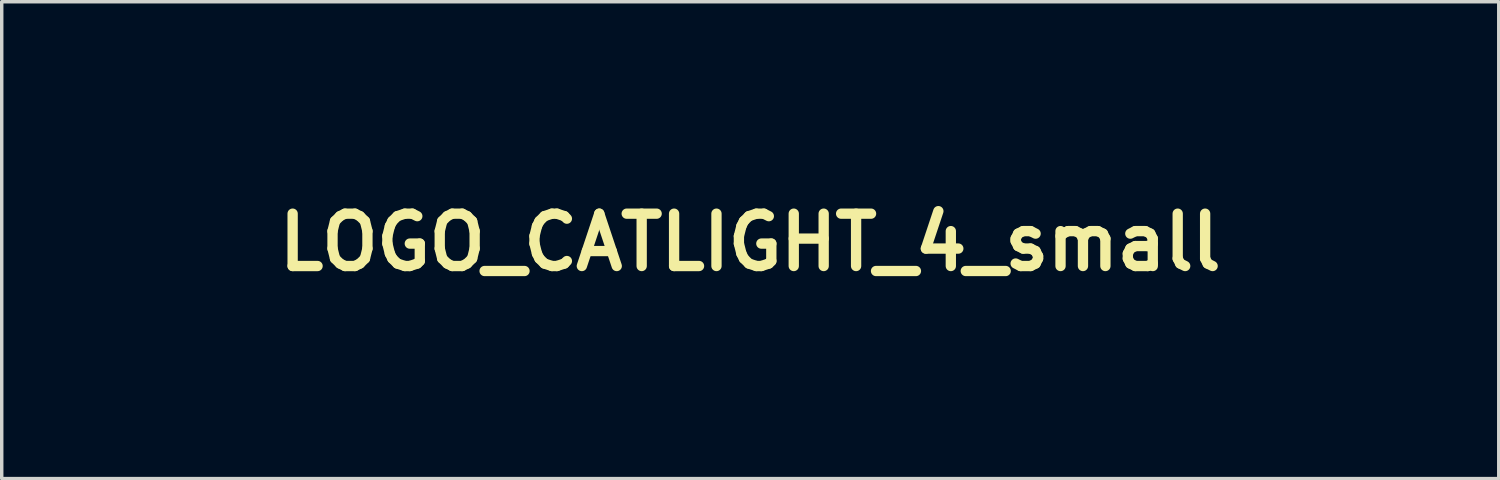
<source format=kicad_pcb>
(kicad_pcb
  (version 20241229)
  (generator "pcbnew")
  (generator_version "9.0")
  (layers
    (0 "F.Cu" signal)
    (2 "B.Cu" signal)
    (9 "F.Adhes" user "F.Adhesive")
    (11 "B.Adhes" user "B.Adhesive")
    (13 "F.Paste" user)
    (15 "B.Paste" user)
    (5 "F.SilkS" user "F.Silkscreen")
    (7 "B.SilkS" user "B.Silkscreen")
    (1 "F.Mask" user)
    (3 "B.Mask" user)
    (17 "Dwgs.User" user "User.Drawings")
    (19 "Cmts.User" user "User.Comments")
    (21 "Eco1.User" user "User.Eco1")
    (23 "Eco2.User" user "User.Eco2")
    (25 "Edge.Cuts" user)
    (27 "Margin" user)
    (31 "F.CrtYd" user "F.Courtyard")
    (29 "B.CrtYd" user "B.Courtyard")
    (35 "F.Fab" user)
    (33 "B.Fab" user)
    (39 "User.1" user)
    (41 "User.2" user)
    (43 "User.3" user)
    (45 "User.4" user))
  (footprint "LOGO_CATLIGHT_4_small"
    (layer "F.Cu")
    (at 18.785 4.004)
    (property "Reference" "LOGO_CATLIGHT_4_small" (at 0 0 0) (layer "F.SilkS") (effects (font (size 1.524 1.524) (thickness 0.3))))
    (attr board_only exclude_from_pos_files exclude_from_bom)
    (fp_poly (pts (xy -9.914 2.733) (xy -10.084 2.733) (xy -10.084 1.441) (xy -9.914 1.441)) (stroke (width 0) (type solid)) (fill yes) (layer "F.Mask"))
    (fp_poly (pts (xy -9.575 2.733) (xy -9.787 2.733) (xy -9.787 1.441) (xy -9.575 1.441)) (stroke (width 0) (type solid)) (fill yes) (layer "F.Mask"))
    (fp_poly (pts (xy -9.025 2.733) (xy -9.448 2.733) (xy -9.448 1.441) (xy -9.025 1.441)) (stroke (width 0) (type solid)) (fill yes) (layer "F.Mask"))
    (fp_poly (pts (xy 7.622 -0.058) (xy 7.616 0.286) (xy 7.462 0.292) (xy 7.309 0.298) (xy 7.309 -0.403) (xy 7.627 -0.403)) (stroke (width 0) (type solid)) (fill yes) (layer "F.Mask"))
    (fp_poly (pts (xy 7.865 -0.631) (xy 8.018 -0.625) (xy 8.024 -0.058) (xy 8.03 0.508) (xy 7.711 0.508) (xy 7.711 -0.637)) (stroke (width 0) (type solid)) (fill yes) (layer "F.Mask"))
    (fp_poly (pts (xy 10.458 3.352) (xy 10.546 3.357) (xy 10.602 3.367) (xy 10.633 3.383) (xy 10.643 3.395) (xy 10.655 3.441) (xy 10.643 3.469) (xy 10.62 3.489) (xy 10.578 3.502) (xy 10.507 3.51) (xy 10.458 3.512) (xy 10.296 3.518) (xy 10.296 3.345)) (stroke (width 0) (type solid)) (fill yes) (layer "F.Mask"))
    (fp_poly (pts (xy 10.536 3.076) (xy 10.595 3.088) (xy 10.622 3.105) (xy 10.65 3.137) (xy 10.651 3.164) (xy 10.634 3.2) (xy 10.616 3.222) (xy 10.585 3.234) (xy 10.532 3.24) (xy 10.454 3.241) (xy 10.296 3.241) (xy 10.296 3.072) (xy 10.442 3.072)) (stroke (width 0) (type solid)) (fill yes) (layer "F.Mask"))
    (fp_poly (pts (xy 11.609 -0.381) (xy 13.897 -0.381) (xy 13.897 -0.678) (xy 14.702 -0.678) (xy 14.702 0.593) (xy 13.897 0.593) (xy 13.897 0.36) (xy 11.609 0.36) (xy 11.609 2.14) (xy 10.804 2.14) (xy 10.809 0.005) (xy 10.815 -2.129) (xy 11.598 -2.129)) (stroke (width 0) (type solid)) (fill yes) (layer "F.Mask"))
    (fp_poly (pts (xy 9.887 -3.547) (xy 9.913 -3.538) (xy 9.971 -3.493) (xy 10.006 -3.417) (xy 10.017 -3.32) (xy 10.013 -3.276) (xy 9.993 -3.199) (xy 9.952 -3.15) (xy 9.885 -3.123) (xy 9.784 -3.114) (xy 9.776 -3.114) (xy 9.7 -3.116) (xy 9.652 -3.125) (xy 9.621 -3.145) (xy 9.598 -3.17) (xy 9.566 -3.237) (xy 9.553 -3.323) (xy 9.558 -3.41) (xy 9.583 -3.481) (xy 9.593 -3.496) (xy 9.643 -3.53) (xy 9.719 -3.551) (xy 9.805 -3.558)) (stroke (width 0) (type solid)) (fill yes) (layer "F.Mask"))
    (fp_poly (pts (xy 12.355 -3.553) (xy 12.429 -3.535) (xy 12.476 -3.5) (xy 12.503 -3.44) (xy 12.516 -3.349) (xy 12.519 -3.275) (xy 12.513 -3.229) (xy 12.494 -3.194) (xy 12.47 -3.169) (xy 12.432 -3.137) (xy 12.389 -3.121) (xy 12.326 -3.115) (xy 12.287 -3.114) (xy 12.209 -3.117) (xy 12.158 -3.128) (xy 12.12 -3.153) (xy 12.106 -3.166) (xy 12.07 -3.215) (xy 12.055 -3.277) (xy 12.054 -3.315) (xy 12.066 -3.423) (xy 12.104 -3.498) (xy 12.17 -3.543) (xy 12.266 -3.559)) (stroke (width 0) (type solid)) (fill yes) (layer "F.Mask"))
    (fp_poly (pts (xy 2.621 -0.419) (xy 2.667 -0.419) (xy 3.116 -0.413) (xy 2.807 0.021) (xy 2.709 0.159) (xy 2.607 0.303) (xy 2.508 0.444) (xy 2.417 0.572) (xy 2.342 0.678) (xy 2.316 0.715) (xy 2.252 0.805) (xy 2.197 0.882) (xy 2.155 0.939) (xy 2.13 0.97) (xy 2.126 0.974) (xy 2.113 0.957) (xy 2.099 0.926) (xy 2.085 0.886) (xy 2.062 0.817) (xy 2.032 0.726) (xy 1.999 0.621) (xy 1.963 0.51) (xy 1.928 0.4) (xy 1.897 0.298) (xy 1.87 0.213) (xy 1.852 0.152) (xy 1.843 0.121) (xy 1.843 0.12) (xy 1.863 0.114) (xy 1.917 0.11) (xy 1.997 0.107) (xy 2.095 0.106) (xy 2.097 0.106) (xy 2.212 0.105) (xy 2.29 0.101) (xy 2.334 0.093) (xy 2.351 0.082) (xy 2.351 0.079) (xy 2.345 0.05) (xy 2.328 -0.011) (xy 2.302 -0.093) (xy 2.275 -0.176) (xy 2.246 -0.268) (xy 2.223 -0.344) (xy 2.21 -0.396) (xy 2.208 -0.415) (xy 2.232 -0.417) (xy 2.291 -0.419) (xy 2.38 -0.42) (xy 2.492 -0.42)) (stroke (width 0) (type solid)) (fill yes) (layer "F.Mask"))
    (fp_poly (pts (xy 9.385 -1.377) (xy 8.363 -1.377) (xy 8.108 -1.376) (xy 7.893 -1.376) (xy 7.711 -1.374) (xy 7.56 -1.371) (xy 7.436 -1.366) (xy 7.333 -1.359) (xy 7.249 -1.35) (xy 7.179 -1.338) (xy 7.12 -1.323) (xy 7.066 -1.305) (xy 7.015 -1.282) (xy 6.963 -1.256) (xy 6.945 -1.247) (xy 6.793 -1.142) (xy 6.666 -1.003) (xy 6.564 -0.833) (xy 6.488 -0.631) (xy 6.467 -0.549) (xy 6.451 -0.447) (xy 6.439 -0.314) (xy 6.432 -0.159) (xy 6.429 0.006) (xy 6.432 0.172) (xy 6.438 0.327) (xy 6.45 0.462) (xy 6.466 0.566) (xy 6.467 0.57) (xy 6.532 0.785) (xy 6.624 0.966) (xy 6.742 1.115) (xy 6.886 1.232) (xy 6.976 1.282) (xy 7.048 1.315) (xy 7.12 1.341) (xy 7.197 1.361) (xy 7.285 1.376) (xy 7.389 1.387) (xy 7.515 1.393) (xy 7.669 1.396) (xy 7.856 1.395) (xy 7.99 1.394) (xy 8.573 1.388) (xy 8.676 1.323) (xy 8.75 1.268) (xy 8.807 1.2) (xy 8.844 1.134) (xy 8.875 1.07) (xy 8.894 1.015) (xy 8.904 0.955) (xy 8.907 0.876) (xy 8.908 0.807) (xy 8.906 0.703) (xy 8.9 0.629) (xy 8.886 0.573) (xy 8.864 0.522) (xy 8.862 0.517) (xy 8.824 0.46) (xy 8.774 0.4) (xy 8.72 0.346) (xy 8.672 0.308) (xy 8.644 0.297) (xy 8.609 0.29) (xy 8.592 0.284) (xy 8.578 0.283) (xy 8.569 0.297) (xy 8.563 0.332) (xy 8.56 0.395) (xy 8.559 0.491) (xy 8.558 0.538) (xy 8.558 0.805) (xy 8.114 0.805) (xy 8.114 -0.89) (xy 8.558 -0.89) (xy 8.558 -0.407) (xy 8.68 -0.392) (xy 8.891 -0.348) (xy 9.077 -0.269) (xy 9.237 -0.159) (xy 9.371 -0.018) (xy 9.477 0.151) (xy 9.553 0.347) (xy 9.599 0.567) (xy 9.612 0.811) (xy 9.609 0.9) (xy 9.585 1.133) (xy 9.541 1.334) (xy 9.472 1.509) (xy 9.378 1.665) (xy 9.256 1.806) (xy 9.089 1.945) (xy 8.901 2.049) (xy 8.689 2.118) (xy 8.635 2.129) (xy 8.564 2.138) (xy 8.458 2.146) (xy 8.325 2.152) (xy 8.172 2.156) (xy 8.008 2.158) (xy 7.839 2.159) (xy 7.674 2.158) (xy 7.52 2.155) (xy 7.385 2.151) (xy 7.276 2.144) (xy 7.213 2.137) (xy 6.933 2.079) (xy 6.678 1.988) (xy 6.45 1.866) (xy 6.25 1.713) (xy 6.079 1.53) (xy 5.938 1.318) (xy 5.881 1.204) (xy 5.809 1.032) (xy 5.755 0.859) (xy 5.715 0.678) (xy 5.688 0.479) (xy 5.673 0.254) (xy 5.669 0.011) (xy 5.674 -0.259) (xy 5.693 -0.495) (xy 5.724 -0.706) (xy 5.772 -0.898) (xy 5.835 -1.079) (xy 5.91 -1.243) (xy 6.043 -1.463) (xy 6.206 -1.653) (xy 6.398 -1.813) (xy 6.619 -1.941) (xy 6.843 -2.03) (xy 6.919 -2.054) (xy 6.993 -2.074) (xy 7.068 -2.091) (xy 7.148 -2.105) (xy 7.239 -2.116) (xy 7.343 -2.124) (xy 7.467 -2.13) (xy 7.613 -2.135) (xy 7.787 -2.137) (xy 7.992 -2.139) (xy 8.233 -2.14) (xy 8.371 -2.14) (xy 9.385 -2.14)) (stroke (width 0) (type solid)) (fill yes) (layer "F.Mask"))
    (fp_poly (pts (xy 18.79 -2.627) (xy 16.672 -2.627) (xy 16.672 -1.229) (xy 14.702 -1.229) (xy 14.702 -0.974) (xy 13.897 -0.974) (xy 13.897 -2.141) (xy 14.294 -2.135) (xy 14.691 -2.129) (xy 14.704 -1.822) (xy 15.655 -1.822) (xy 15.655 -2.627) (xy 3.961 -2.627) (xy 3.961 -1.165) (xy 4.682 -1.165) (xy 4.682 -0.572) (xy 3.727 -0.572) (xy 4.258 0.217) (xy 4.789 1.006) (xy 3.94 1.018) (xy 3.94 2.733) (xy 15.698 2.733) (xy 15.698 1.758) (xy 14.702 1.758) (xy 14.702 2.14) (xy 13.897 2.14) (xy 13.897 0.889) (xy 14.294 0.895) (xy 14.691 0.9) (xy 14.704 1.165) (xy 16.037 1.165) (xy 16.037 0.275) (xy 15.543 0.275) (xy 15.326 0.433) (xy 15.243 0.491) (xy 15.172 0.538) (xy 15.122 0.568) (xy 15.097 0.578) (xy 15.096 0.578) (xy 15.091 0.553) (xy 15.088 0.492) (xy 15.085 0.404) (xy 15.083 0.292) (xy 15.082 0.165) (xy 15.083 0.029) (xy 15.084 -0.111) (xy 15.085 -0.248) (xy 15.088 -0.374) (xy 15.091 -0.485) (xy 15.095 -0.573) (xy 15.099 -0.633) (xy 15.104 -0.657) (xy 15.105 -0.657) (xy 15.129 -0.645) (xy 15.18 -0.613) (xy 15.25 -0.565) (xy 15.33 -0.508) (xy 15.534 -0.36) (xy 16.651 -0.36) (xy 16.651 3.877) (xy 9.146 3.87) (xy 8.432 3.869) (xy 7.76 3.869) (xy 7.128 3.868) (xy 6.535 3.867) (xy 5.981 3.866) (xy 5.464 3.865) (xy 4.984 3.864) (xy 4.54 3.863) (xy 4.131 3.862) (xy 3.755 3.861) (xy 3.412 3.86) (xy 3.101 3.858) (xy 2.82 3.857) (xy 2.57 3.855) (xy 2.348 3.854) (xy 2.155 3.852) (xy 1.989 3.85) (xy 1.848 3.849) (xy 1.733 3.847) (xy 1.642 3.845) (xy 1.574 3.842) (xy 1.529 3.84) (xy 1.504 3.838) (xy 1.504 3.838) (xy 1.193 3.768) (xy 0.916 3.678) (xy 0.671 3.565) (xy 0.453 3.427) (xy 0.319 3.314) (xy 3.628 3.314) (xy 3.644 3.421) (xy 3.685 3.514) (xy 3.749 3.585) (xy 3.82 3.62) (xy 3.876 3.631) (xy 3.956 3.638) (xy 4.041 3.642) (xy 4.194 3.644) (xy 4.194 3.517) (xy 4.016 3.517) (xy 3.928 3.516) (xy 3.871 3.511) (xy 3.835 3.5) (xy 3.81 3.48) (xy 3.794 3.461) (xy 3.761 3.392) (xy 3.748 3.305) (xy 3.752 3.26) (xy 4.601 3.26) (xy 4.604 3.392) (xy 4.633 3.496) (xy 4.688 3.569) (xy 4.699 3.577) (xy 4.744 3.605) (xy 4.789 3.624) (xy 4.846 3.634) (xy 4.926 3.639) (xy 5.005 3.641) (xy 5.169 3.644) (xy 5.169 3.517) (xy 4.998 3.517) (xy 4.912 3.514) (xy 4.839 3.507) (xy 4.792 3.497) (xy 4.787 3.495) (xy 4.75 3.455) (xy 4.722 3.388) (xy 4.71 3.315) (xy 5.805 3.315) (xy 5.806 3.341) (xy 5.817 3.357) (xy 5.845 3.365) (xy 5.898 3.368) (xy 5.985 3.368) (xy 6.072 3.368) (xy 6.125 3.365) (xy 6.153 3.357) (xy 6.163 3.341) (xy 6.163 3.337) (xy 6.821 3.337) (xy 6.821 3.644) (xy 6.927 3.644) (xy 6.927 3.359) (xy 6.929 3.221) (xy 6.936 3.124) (xy 6.949 3.067) (xy 6.969 3.05) (xy 6.999 3.073) (xy 7.039 3.137) (xy 7.091 3.24) (xy 7.139 3.347) (xy 7.184 3.443) (xy 7.225 3.525) (xy 7.259 3.586) (xy 7.282 3.617) (xy 7.282 3.617) (xy 7.326 3.635) (xy 7.387 3.644) (xy 7.396 3.644) (xy 7.448 3.64) (xy 7.486 3.624) (xy 7.512 3.591) (xy 7.529 3.536) (xy 7.538 3.452) (xy 7.541 3.334) (xy 7.541 3.31) (xy 7.965 3.31) (xy 7.976 3.429) (xy 8.01 3.519) (xy 8.072 3.582) (xy 8.164 3.621) (xy 8.29 3.64) (xy 8.363 3.643) (xy 8.516 3.644) (xy 8.516 3.517) (xy 8.339 3.517) (xy 8.248 3.515) (xy 8.189 3.509) (xy 8.152 3.497) (xy 8.126 3.476) (xy 8.125 3.475) (xy 8.094 3.416) (xy 8.079 3.344) (xy 9.154 3.344) (xy 9.164 3.358) (xy 9.193 3.365) (xy 9.248 3.368) (xy 9.33 3.368) (xy 9.418 3.368) (xy 9.471 3.365) (xy 9.499 3.357) (xy 9.51 3.341) (xy 9.512 3.316) (xy 9.512 3.314) (xy 9.51 3.288) (xy 9.5 3.273) (xy 9.473 3.265) (xy 9.421 3.264) (xy 9.337 3.267) (xy 9.251 3.271) (xy 9.198 3.277) (xy 9.171 3.287) (xy 9.159 3.305) (xy 9.155 3.321) (xy 9.154 3.344) (xy 8.079 3.344) (xy 8.077 3.335) (xy 8.077 3.248) (xy 8.093 3.176) (xy 8.122 3.128) (xy 8.167 3.096) (xy 8.235 3.079) (xy 8.335 3.072) (xy 8.369 3.072) (xy 8.446 3.071) (xy 8.49 3.066) (xy 8.51 3.055) (xy 8.516 3.032) (xy 8.516 3.019) (xy 8.514 2.993) (xy 8.504 2.978) (xy 8.476 2.969) (xy 8.423 2.966) (xy 8.336 2.966) (xy 10.19 2.966) (xy 10.19 3.291) (xy 10.191 3.404) (xy 10.193 3.502) (xy 10.197 3.578) (xy 10.203 3.623) (xy 10.206 3.632) (xy 10.232 3.638) (xy 10.291 3.641) (xy 10.373 3.642) (xy 10.437 3.64) (xy 10.538 3.635) (xy 10.606 3.629) (xy 10.651 3.618) (xy 10.684 3.601) (xy 10.707 3.581) (xy 10.751 3.515) (xy 10.762 3.437) (xy 10.739 3.363) (xy 10.719 3.336) (xy 10.676 3.291) (xy 10.719 3.252) (xy 10.755 3.193) (xy 10.76 3.121) (xy 10.735 3.05) (xy 10.71 3.018) (xy 10.684 2.995) (xy 10.656 2.98) (xy 10.617 2.971) (xy 10.556 2.967) (xy 10.466 2.966) (xy 10.424 2.966) (xy 11.118 2.966) (xy 11.219 3.109) (xy 11.272 3.183) (xy 11.32 3.25) (xy 11.354 3.296) (xy 11.359 3.302) (xy 11.382 3.348) (xy 11.394 3.414) (xy 11.397 3.498) (xy 11.398 3.575) (xy 11.403 3.618) (xy 11.415 3.638) (xy 11.437 3.643) (xy 11.45 3.644) (xy 11.478 3.642) (xy 11.493 3.629) (xy 11.501 3.597) (xy 11.503 3.536) (xy 11.503 3.493) (xy 11.504 3.425) (xy 11.509 3.374) (xy 11.523 3.329) (xy 11.531 3.315) (xy 12.372 3.315) (xy 12.373 3.341) (xy 12.384 3.357) (xy 12.412 3.365) (xy 12.465 3.368) (xy 12.552 3.368) (xy 12.639 3.368) (xy 12.692 3.365) (xy 12.72 3.357) (xy 12.73 3.341) (xy 12.732 3.315) (xy 12.73 3.29) (xy 12.72 3.274) (xy 12.692 3.266) (xy 12.638 3.263) (xy 12.552 3.262) (xy 12.465 3.263) (xy 12.411 3.266) (xy 12.384 3.274) (xy 12.373 3.29) (xy 12.372 3.315) (xy 11.531 3.315) (xy 11.551 3.28) (xy 11.597 3.213) (xy 11.63 3.167) (xy 11.636 3.159) (xy 13.36 3.159) (xy 13.373 3.24) (xy 13.41 3.296) (xy 13.476 3.33) (xy 13.575 3.346) (xy 13.632 3.347) (xy 13.726 3.35) (xy 13.787 3.361) (xy 13.821 3.38) (xy 13.849 3.412) (xy 13.85 3.439) (xy 13.833 3.476) (xy 13.818 3.494) (xy 13.794 3.506) (xy 13.752 3.513) (xy 13.683 3.516) (xy 13.589 3.517) (xy 13.367 3.517) (xy 13.367 3.647) (xy 13.613 3.64) (xy 13.718 3.637) (xy 13.79 3.632) (xy 13.809 3.629) (xy 14.321 3.629) (xy 14.339 3.64) (xy 14.379 3.64) (xy 14.403 3.634) (xy 14.424 3.619) (xy 14.446 3.589) (xy 14.472 3.538) (xy 14.506 3.458) (xy 14.546 3.358) (xy 14.592 3.247) (xy 14.632 3.159) (xy 14.664 3.101) (xy 14.686 3.076) (xy 14.687 3.076) (xy 14.699 3.076) (xy 14.712 3.086) (xy 14.728 3.111) (xy 14.748 3.154) (xy 14.775 3.222) (xy 14.812 3.318) (xy 14.86 3.448) (xy 14.878 3.495) (xy 14.906 3.569) (xy 14.929 3.611) (xy 14.955 3.631) (xy 14.99 3.639) (xy 14.996 3.64) (xy 15.063 3.646) (xy 15.008 3.502) (xy 14.972 3.408) (xy 14.931 3.297) (xy 14.892 3.193) (xy 14.89 3.188) (xy 14.843 3.075) (xy 14.796 3) (xy 14.747 2.958) (xy 14.692 2.945) (xy 14.691 2.945) (xy 14.649 2.952) (xy 14.611 2.976) (xy 14.573 3.022) (xy 14.532 3.095) (xy 14.484 3.2) (xy 14.438 3.315) (xy 14.397 3.42) (xy 14.362 3.511) (xy 14.336 3.581) (xy 14.322 3.622) (xy 14.321 3.629) (xy 13.809 3.629) (xy 13.837 3.625) (xy 13.868 3.612) (xy 13.892 3.593) (xy 13.909 3.574) (xy 13.95 3.5) (xy 13.96 3.419) (xy 13.94 3.344) (xy 13.893 3.284) (xy 13.827 3.252) (xy 13.782 3.246) (xy 13.71 3.24) (xy 13.645 3.236) (xy 13.547 3.225) (xy 13.489 3.2) (xy 13.471 3.161) (xy 13.486 3.119) (xy 13.505 3.101) (xy 13.539 3.089) (xy 13.598 3.082) (xy 13.688 3.077) (xy 13.714 3.076) (xy 13.808 3.073) (xy 13.867 3.069) (xy 13.9 3.061) (xy 13.915 3.048) (xy 13.918 3.026) (xy 13.918 3.018) (xy 13.917 2.995) (xy 13.908 2.98) (xy 13.884 2.971) (xy 13.837 2.967) (xy 13.76 2.966) (xy 13.697 2.966) (xy 13.596 2.967) (xy 13.527 2.97) (xy 13.481 2.978) (xy 13.448 2.993) (xy 13.418 3.015) (xy 13.416 3.017) (xy 13.377 3.06) (xy 13.361 3.109) (xy 13.36 3.159) (xy 11.636 3.159) (xy 11.683 3.092) (xy 11.725 3.031) (xy 11.751 2.99) (xy 11.757 2.978) (xy 11.739 2.969) (xy 11.696 2.966) (xy 11.661 2.971) (xy 11.629 2.992) (xy 11.592 3.035) (xy 11.546 3.103) (xy 11.501 3.167) (xy 11.465 3.212) (xy 11.442 3.231) (xy 11.44 3.231) (xy 11.421 3.209) (xy 11.387 3.161) (xy 11.344 3.098) (xy 11.341 3.093) (xy 11.296 3.026) (xy 11.262 2.988) (xy 11.23 2.97) (xy 11.19 2.966) (xy 11.189 2.966) (xy 11.118 2.966) (xy 10.424 2.966) (xy 10.19 2.966) (xy 8.336 2.966) (xy 8.334 2.966) (xy 8.198 2.974) (xy 8.098 3.001) (xy 8.029 3.052) (xy 7.987 3.129) (xy 7.968 3.237) (xy 7.965 3.31) (xy 7.541 3.31) (xy 7.542 3.258) (xy 7.542 2.966) (xy 7.436 2.966) (xy 7.435 3.225) (xy 7.433 3.366) (xy 7.425 3.465) (xy 7.41 3.523) (xy 7.388 3.539) (xy 7.356 3.515) (xy 7.315 3.45) (xy 7.261 3.344) (xy 7.224 3.263) (xy 7.177 3.164) (xy 7.133 3.078) (xy 7.095 3.013) (xy 7.069 2.977) (xy 7.066 2.974) (xy 6.996 2.947) (xy 6.922 2.953) (xy 6.864 2.987) (xy 6.847 3.007) (xy 6.835 3.034) (xy 6.828 3.074) (xy 6.824 3.135) (xy 6.822 3.224) (xy 6.821 3.337) (xy 6.163 3.337) (xy 6.165 3.315) (xy 6.163 3.29) (xy 6.152 3.274) (xy 6.125 3.266) (xy 6.071 3.263) (xy 5.985 3.262) (xy 5.897 3.263) (xy 5.844 3.266) (xy 5.817 3.274) (xy 5.806 3.29) (xy 5.805 3.315) (xy 4.71 3.315) (xy 4.708 3.308) (xy 4.712 3.234) (xy 4.736 3.161) (xy 4.782 3.113) (xy 4.855 3.084) (xy 4.96 3.072) (xy 5.002 3.072) (xy 5.086 3.071) (xy 5.135 3.068) (xy 5.16 3.058) (xy 5.168 3.04) (xy 5.169 3.019) (xy 5.167 2.993) (xy 5.157 2.978) (xy 5.13 2.97) (xy 5.078 2.967) (xy 4.992 2.966) (xy 4.984 2.966) (xy 4.847 2.974) (xy 4.745 2.999) (xy 4.674 3.046) (xy 4.629 3.117) (xy 4.606 3.216) (xy 4.601 3.26) (xy 3.752 3.26) (xy 3.755 3.217) (xy 3.782 3.144) (xy 3.79 3.132) (xy 3.815 3.107) (xy 3.847 3.092) (xy 3.897 3.082) (xy 3.974 3.077) (xy 4.013 3.075) (xy 4.1 3.071) (xy 4.154 3.065) (xy 4.182 3.055) (xy 4.193 3.039) (xy 4.194 3.017) (xy 4.193 2.992) (xy 4.181 2.977) (xy 4.152 2.969) (xy 4.097 2.966) (xy 4.013 2.966) (xy 3.887 2.971) (xy 3.794 2.99) (xy 3.729 3.024) (xy 3.685 3.076) (xy 3.678 3.088) (xy 3.638 3.2) (xy 3.628 3.314) (xy 0.319 3.314) (xy 0.259 3.263) (xy 0.086 3.071) (xy 0.086 3.071) (xy 0.01 2.961) (xy -0.067 2.827) (xy -0.138 2.683) (xy -0.195 2.546) (xy -0.223 2.455) (xy -0.239 2.396) (xy -0.253 2.342) (xy -0.265 2.29) (xy -0.276 2.238) (xy -0.285 2.182) (xy -0.293 2.122) (xy -0.3 2.052) (xy -0.306 1.972) (xy -0.311 1.878) (xy -0.315 1.768) (xy -0.319 1.639) (xy -0.322 1.489) (xy -0.324 1.314) (xy -0.326 1.113) (xy -0.328 0.882) (xy -0.329 0.618) (xy -0.33 0.32) (xy -0.332 -0.016) (xy -0.333 -0.326) (xy -0.341 -2.627) (xy 0.826 -2.627) (xy 0.826 -0.405) (xy 0.826 -0.022) (xy 0.827 0.332) (xy 0.828 0.653) (xy 0.829 0.942) (xy 0.831 1.196) (xy 0.833 1.415) (xy 0.836 1.597) (xy 0.839 1.741) (xy 0.842 1.846) (xy 0.845 1.91) (xy 0.848 1.929) (xy 0.903 2.115) (xy 0.994 2.279) (xy 1.119 2.418) (xy 1.278 2.533) (xy 1.47 2.623) (xy 1.507 2.636) (xy 1.586 2.66) (xy 1.668 2.68) (xy 1.758 2.695) (xy 1.862 2.707) (xy 1.985 2.716) (xy 2.132 2.723) (xy 2.308 2.727) (xy 2.519 2.729) (xy 2.622 2.73) (xy 3.22 2.733) (xy 3.22 1.017) (xy 2.807 1.017) (xy 2.68 1.016) (xy 2.569 1.015) (xy 2.48 1.013) (xy 2.419 1.01) (xy 2.394 1.007) (xy 2.394 1.007) (xy 2.405 0.988) (xy 2.437 0.938) (xy 2.487 0.862) (xy 2.552 0.764) (xy 2.629 0.648) (xy 2.715 0.52) (xy 2.807 0.382) (xy 2.902 0.24) (xy 2.998 0.098) (xy 3.09 -0.039) (xy 3.177 -0.168) (xy 3.256 -0.284) (xy 3.318 -0.376) (xy 3.452 -0.571) (xy 2.981 -0.577) (xy 2.51 -0.583) (xy 2.51 -1.155) (xy 2.876 -1.16) (xy 3.241 -1.166) (xy 3.241 -2.627) (xy 0.826 -2.627) (xy -0.341 -2.627) (xy -0.341 -2.634) (xy -1.119 -2.62) (xy -1.331 -2.616) (xy -1.574 -2.613) (xy -1.836 -2.611) (xy -2.105 -2.608) (xy -2.369 -2.607) (xy -2.617 -2.606) (xy -2.759 -2.606) (xy -3.623 -2.606) (xy -3.623 3.877) (xy -6.21 3.866) (xy -6.454 3.252) (xy -6.519 3.089) (xy -6.582 2.928) (xy -6.642 2.777) (xy -6.695 2.642) (xy -6.739 2.531) (xy -6.77 2.451) (xy -6.776 2.436) (xy -6.854 2.235) (xy -7.224 2.223) (xy -7.224 2.733) (xy -8.919 2.733) (xy -8.919 1.441) (xy -7.225 1.441) (xy -7.213 2.002) (xy -7.078 2.008) (xy -7.003 2.01) (xy -6.964 2.005) (xy -6.953 1.992) (xy -6.954 1.987) (xy -6.959 1.975) (xy -6.969 1.951) (xy -6.984 1.912) (xy -7.007 1.855) (xy -7.037 1.78) (xy -7.075 1.683) (xy -7.123 1.562) (xy -7.181 1.416) (xy -7.25 1.242) (xy -7.331 1.038) (xy -7.424 0.801) (xy -7.532 0.531) (xy -7.653 0.224) (xy -7.696 0.117) (xy -7.777 -0.087) (xy -7.866 -0.313) (xy -7.959 -0.549) (xy -8.052 -0.783) (xy -8.14 -1.004) (xy -8.218 -1.201) (xy -8.238 -1.251) (xy -8.314 -1.441) (xy -8.377 -1.596) (xy -8.429 -1.719) (xy -8.473 -1.815) (xy -8.512 -1.887) (xy -8.546 -1.94) (xy -8.578 -1.977) (xy -8.612 -2.004) (xy -8.648 -2.023) (xy -8.671 -2.032) (xy -8.761 -2.051) (xy -8.866 -2.052) (xy -8.962 -2.035) (xy -8.988 -2.026) (xy -9.034 -2.002) (xy -9.076 -1.97) (xy -9.116 -1.926) (xy -9.157 -1.864) (xy -9.202 -1.78) (xy -9.254 -1.67) (xy -9.316 -1.527) (xy -9.366 -1.407) (xy -9.427 -1.259) (xy -9.5 -1.083) (xy -9.58 -0.889) (xy -9.662 -0.69) (xy -9.743 -0.496) (xy -9.808 -0.339) (xy -9.882 -0.159) (xy -9.968 0.049) (xy -10.061 0.272) (xy -10.155 0.5) (xy -10.246 0.72) (xy -10.329 0.92) (xy -10.338 0.943) (xy -10.408 1.112) (xy -10.477 1.278) (xy -10.541 1.434) (xy -10.599 1.574) (xy -10.648 1.691) (xy -10.684 1.779) (xy -10.699 1.817) (xy -10.78 2.013) (xy -10.423 2.013) (xy -10.423 1.441) (xy -10.211 1.441) (xy -10.211 2.733) (xy -10.423 2.733) (xy -10.423 2.246) (xy -10.65 2.246) (xy -10.878 2.246) (xy -10.976 2.484) (xy -11.01 2.568) (xy -11.058 2.682) (xy -11.115 2.821) (xy -11.178 2.975) (xy -11.245 3.136) (xy -11.312 3.297) (xy -11.313 3.299) (xy -11.551 3.877) (xy -13.651 3.875) (xy -14.024 3.874) (xy -14.356 3.873) (xy -14.65 3.872) (xy -14.909 3.871) (xy -15.134 3.869) (xy -15.327 3.867) (xy -15.491 3.865) (xy -15.627 3.862) (xy -15.739 3.859) (xy -15.827 3.855) (xy -15.895 3.851) (xy -15.945 3.846) (xy -15.952 3.845) (xy -16.338 3.774) (xy -16.697 3.672) (xy -17.027 3.539) (xy -17.33 3.374) (xy -17.606 3.177) (xy -17.817 2.988) (xy -18.037 2.739) (xy -18.228 2.461) (xy -18.391 2.152) (xy -18.526 1.811) (xy -18.633 1.44) (xy -18.712 1.038) (xy -18.763 0.604) (xy -18.785 0.139) (xy -18.785 0.12) (xy -17.43 0.12) (xy -17.41 0.476) (xy -17.368 0.806) (xy -17.304 1.109) (xy -17.218 1.381) (xy -17.112 1.622) (xy -16.986 1.827) (xy -16.934 1.894) (xy -16.772 2.058) (xy -16.578 2.198) (xy -16.353 2.313) (xy -16.103 2.401) (xy -15.829 2.461) (xy -15.534 2.493) (xy -15.417 2.497) (xy -15.252 2.5) (xy -15.266 2.357) (xy -15.269 2.204) (xy -15.254 2.054) (xy -15.222 1.917) (xy -15.176 1.802) (xy -15.117 1.718) (xy -15.107 1.707) (xy -15.069 1.665) (xy -15.069 1.64) (xy -15.108 1.631) (xy -15.117 1.631) (xy -15.192 1.623) (xy -15.295 1.602) (xy -15.413 1.57) (xy -15.534 1.531) (xy -15.646 1.489) (xy -15.708 1.462) (xy -15.892 1.351) (xy -16.046 1.212) (xy -16.169 1.045) (xy -16.261 0.85) (xy -16.321 0.63) (xy -16.349 0.385) (xy -16.348 0.18) (xy -16.334 0.019) (xy -16.32 -0.052) (xy -15.605 -0.052) (xy -15.602 0.017) (xy -15.562 0.088) (xy -15.489 0.154) (xy -15.406 0.193) (xy -15.299 0.209) (xy -15.249 0.211) (xy -15.172 0.21) (xy -15.124 0.203) (xy -15.094 0.187) (xy -15.067 0.156) (xy -15.063 0.15) (xy -15.029 0.088) (xy -15.028 0.072) (xy -14.036 0.072) (xy -14.023 0.109) (xy -13.991 0.16) (xy -13.952 0.191) (xy -13.952 0.191) (xy -13.883 0.206) (xy -13.793 0.21) (xy -13.701 0.202) (xy -13.625 0.184) (xy -13.619 0.182) (xy -13.551 0.139) (xy -13.494 0.078) (xy -13.458 0.012) (xy -13.452 -0.024) (xy -13.471 -0.086) (xy -13.519 -0.137) (xy -13.584 -0.167) (xy -13.61 -0.169) (xy -13.648 -0.167) (xy -13.671 -0.152) (xy -13.689 -0.115) (xy -13.707 -0.048) (xy -13.733 0.032) (xy -13.759 0.069) (xy -13.786 0.065) (xy -13.811 0.018) (xy -13.825 -0.028) (xy -13.842 -0.09) (xy -13.858 -0.133) (xy -13.863 -0.143) (xy -13.886 -0.139) (xy -13.926 -0.109) (xy -13.973 -0.059) (xy -14.007 -0.015) (xy -14.035 0.032) (xy -14.036 0.072) (xy -15.028 0.072) (xy -15.026 0.034) (xy -15.056 -0.022) (xy -15.103 -0.073) (xy -15.187 -0.155) (xy -15.208 -0.104) (xy -15.23 -0.044) (xy -15.247 0.009) (xy -15.268 0.056) (xy -15.291 0.08) (xy -15.316 0.069) (xy -15.338 0.026) (xy -15.354 -0.036) (xy -15.359 -0.097) (xy -15.362 -0.146) (xy -15.381 -0.166) (xy -15.429 -0.169) (xy -15.43 -0.169) (xy -15.514 -0.154) (xy -15.574 -0.112) (xy -15.605 -0.052) (xy -16.32 -0.052) (xy -16.308 -0.114) (xy -16.266 -0.231) (xy -16.203 -0.347) (xy -16.172 -0.396) (xy -16.124 -0.468) (xy -16.097 -0.517) (xy -16.086 -0.555) (xy -16.088 -0.595) (xy -16.098 -0.642) (xy -16.111 -0.724) (xy -16.12 -0.82) (xy -16.121 -0.872) (xy -16.116 -0.954) (xy -16.104 -1.046) (xy -16.086 -1.138) (xy -16.065 -1.216) (xy -16.043 -1.269) (xy -16.035 -1.28) (xy -15.99 -1.299) (xy -15.915 -1.297) (xy -15.817 -1.278) (xy -15.703 -1.242) (xy -15.58 -1.193) (xy -15.453 -1.131) (xy -15.398 -1.1) (xy -15.247 -1.011) (xy -15.043 -1.051) (xy -14.866 -1.076) (xy -14.664 -1.09) (xy -14.452 -1.091) (xy -14.246 -1.081) (xy -14.061 -1.058) (xy -14.021 -1.051) (xy -13.816 -1.011) (xy -13.65 -1.106) (xy -13.489 -1.191) (xy -13.345 -1.253) (xy -13.221 -1.291) (xy -13.123 -1.303) (xy -13.064 -1.294) (xy -13.025 -1.258) (xy -12.992 -1.189) (xy -12.967 -1.095) (xy -12.951 -0.984) (xy -12.945 -0.864) (xy -12.951 -0.745) (xy -12.967 -0.642) (xy -12.978 -0.59) (xy -12.978 -0.55) (xy -12.966 -0.511) (xy -12.935 -0.46) (xy -12.898 -0.403) (xy -12.82 -0.272) (xy -12.767 -0.143) (xy -12.734 -0.002) (xy -12.717 0.165) (xy -12.716 0.18) (xy -12.719 0.443) (xy -12.755 0.682) (xy -12.823 0.897) (xy -12.922 1.085) (xy -13.053 1.247) (xy -13.214 1.38) (xy -13.357 1.461) (xy -13.456 1.504) (xy -13.573 1.545) (xy -13.694 1.582) (xy -13.808 1.611) (xy -13.903 1.628) (xy -13.948 1.631) (xy -13.989 1.635) (xy -14.003 1.642) (xy -13.991 1.663) (xy -13.96 1.707) (xy -13.93 1.748) (xy -13.883 1.815) (xy -13.851 1.882) (xy -13.83 1.958) (xy -13.818 2.053) (xy -13.813 2.176) (xy -13.812 2.251) (xy -13.812 2.5) (xy -12.42 2.5) (xy -12.27 2.134) (xy -12.214 1.998) (xy -12.147 1.836) (xy -12.075 1.661) (xy -12.002 1.487) (xy -11.936 1.326) (xy -11.931 1.313) (xy -11.878 1.187) (xy -11.812 1.028) (xy -11.737 0.847) (xy -11.655 0.65) (xy -11.571 0.446) (xy -11.486 0.243) (xy -11.412 0.064) (xy -11.349 -0.09) (xy -11.277 -0.262) (xy -11.199 -0.45) (xy -11.116 -0.65) (xy -11.03 -0.857) (xy -10.941 -1.069) (xy -10.853 -1.282) (xy -10.766 -1.491) (xy -10.682 -1.693) (xy -10.602 -1.884) (xy -10.529 -2.06) (xy -10.463 -2.218) (xy -10.406 -2.354) (xy -10.36 -2.464) (xy -10.326 -2.545) (xy -10.307 -2.592) (xy -10.305 -2.595) (xy -7.341 -2.595) (xy -7.332 -2.572) (xy -7.308 -2.512) (xy -7.27 -2.419) (xy -7.22 -2.295) (xy -7.159 -2.143) (xy -7.088 -1.965) (xy -7.008 -1.765) (xy -6.92 -1.545) (xy -6.825 -1.308) (xy -6.724 -1.057) (xy -6.62 -0.795) (xy -6.511 -0.525) (xy -6.401 -0.249) (xy -6.289 0.03) (xy -6.178 0.309) (xy -6.067 0.586) (xy -5.959 0.856) (xy -5.854 1.119) (xy -5.754 1.37) (xy -5.659 1.607) (xy -5.571 1.827) (xy -5.491 2.028) (xy -5.42 2.206) (xy -5.359 2.359) (xy -5.312 2.476) (xy -4.989 3.29) (xy -4.984 0.349) (xy -4.983 -0.000221) (xy -4.982 -0.338) (xy -4.982 -0.661) (xy -4.982 -0.968) (xy -4.982 -1.256) (xy -4.981 -1.523) (xy -4.982 -1.766) (xy -4.982 -1.982) (xy -4.982 -2.17) (xy -4.982 -2.327) (xy -4.983 -2.45) (xy -4.983 -2.538) (xy -4.984 -2.587) (xy -4.984 -2.597) (xy -5.006 -2.599) (xy -5.066 -2.6) (xy -5.161 -2.601) (xy -5.287 -2.603) (xy -5.44 -2.605) (xy -5.616 -2.606) (xy -5.811 -2.608) (xy -6.023 -2.609) (xy -6.171 -2.61) (xy -6.461 -2.611) (xy -6.711 -2.611) (xy -6.919 -2.611) (xy -7.086 -2.609) (xy -7.211 -2.606) (xy -7.295 -2.603) (xy -7.337 -2.598) (xy -7.341 -2.595) (xy -10.305 -2.595) (xy -10.303 -2.601) (xy -10.307 -2.605) (xy -10.326 -2.609) (xy -10.362 -2.612) (xy -10.416 -2.615) (xy -10.49 -2.617) (xy -10.586 -2.619) (xy -10.706 -2.621) (xy -10.852 -2.622) (xy -11.027 -2.623) (xy -11.23 -2.624) (xy -11.466 -2.624) (xy -11.735 -2.624) (xy -12.04 -2.623) (xy -12.382 -2.623) (xy -12.764 -2.622) (xy -12.999 -2.621) (xy -13.394 -2.62) (xy -13.748 -2.619) (xy -14.065 -2.618) (xy -14.347 -2.617) (xy -14.595 -2.616) (xy -14.813 -2.614) (xy -15.002 -2.613) (xy -15.165 -2.611) (xy -15.304 -2.61) (xy -15.423 -2.608) (xy -15.521 -2.605) (xy -15.604 -2.603) (xy -15.671 -2.599) (xy -15.727 -2.596) (xy -15.773 -2.592) (xy -15.811 -2.587) (xy -15.845 -2.582) (xy -15.875 -2.577) (xy -15.905 -2.57) (xy -15.91 -2.569) (xy -16.176 -2.497) (xy -16.414 -2.402) (xy -16.624 -2.282) (xy -16.808 -2.137) (xy -16.965 -1.964) (xy -17.098 -1.763) (xy -17.207 -1.531) (xy -17.294 -1.268) (xy -17.359 -0.97) (xy -17.403 -0.638) (xy -17.427 -0.27) (xy -17.427 -0.26) (xy -17.43 0.12) (xy -18.785 0.12) (xy -18.784 -0.244) (xy -18.765 -0.654) (xy -18.728 -1.029) (xy -18.672 -1.375) (xy -18.597 -1.695) (xy -18.502 -1.995) (xy -18.385 -2.278) (xy -18.36 -2.33) (xy -18.192 -2.633) (xy -17.992 -2.908) (xy -17.762 -3.154) (xy -17.581 -3.306) (xy -14.02 -3.306) (xy -14.003 -3.205) (xy -13.963 -3.116) (xy -13.916 -3.063) (xy -13.882 -3.037) (xy -13.847 -3.021) (xy -13.8 -3.012) (xy -13.73 -3.009) (xy -13.652 -3.008) (xy -13.559 -3.009) (xy -13.501 -3.011) (xy -13.469 -3.018) (xy -13.455 -3.031) (xy -13.452 -3.053) (xy -13.452 -3.061) (xy -13.454 -3.087) (xy -13.464 -3.102) (xy -13.492 -3.111) (xy -13.546 -3.114) (xy -13.631 -3.114) (xy -13.742 -3.118) (xy -13.818 -3.134) (xy -13.865 -3.167) (xy -13.889 -3.222) (xy -13.897 -3.305) (xy -13.897 -3.328) (xy -13.892 -3.419) (xy -13.872 -3.482) (xy -13.831 -3.522) (xy -13.763 -3.544) (xy -13.661 -3.555) (xy -13.634 -3.556) (xy -13.546 -3.56) (xy -13.492 -3.566) (xy -13.464 -3.575) (xy -13.454 -3.591) (xy -13.452 -3.614) (xy -13.454 -3.639) (xy -13.466 -3.654) (xy -13.496 -3.662) (xy -13.554 -3.665) (xy -13.622 -3.665) (xy -12.774 -3.665) (xy -12.774 -3.612) (xy -12.773 -3.587) (xy -12.763 -3.572) (xy -12.738 -3.563) (xy -12.688 -3.56) (xy -12.606 -3.559) (xy -12.574 -3.559) (xy -12.479 -3.558) (xy -12.417 -3.554) (xy -12.379 -3.545) (xy -12.356 -3.53) (xy -12.343 -3.514) (xy -12.323 -3.457) (xy -12.339 -3.404) (xy -12.36 -3.385) (xy -12.39 -3.377) (xy -12.452 -3.372) (xy -12.531 -3.369) (xy -12.553 -3.369) (xy -12.648 -3.365) (xy -12.716 -3.356) (xy -12.749 -3.343) (xy -12.763 -3.308) (xy -12.771 -3.24) (xy -12.774 -3.163) (xy -12.773 -3.083) (xy -12.769 -3.037) (xy -12.759 -3.015) (xy -12.738 -3.009) (xy -12.721 -3.008) (xy -12.692 -3.011) (xy -12.676 -3.025) (xy -12.67 -3.062) (xy -12.668 -3.13) (xy -12.668 -3.136) (xy -12.668 -3.265) (xy -12.568 -3.258) (xy -12.513 -3.253) (xy -12.476 -3.24) (xy -12.446 -3.21) (xy -12.41 -3.155) (xy -12.395 -3.13) (xy -12.353 -3.063) (xy -12.32 -3.026) (xy -12.288 -3.01) (xy -12.262 -3.008) (xy -12.201 -3.008) (xy -12.307 -3.2) (xy -11.551 -3.2) (xy -11.548 -3.133) (xy -11.544 -3.119) (xy -11.523 -3.073) (xy -11.494 -3.042) (xy -11.449 -3.023) (xy -11.381 -3.012) (xy -11.283 -3.008) (xy -11.224 -3.008) (xy -10.995 -3.008) (xy -10.995 -3.014) (xy -10.359 -3.014) (xy -10.341 -3.01) (xy -10.298 -3.008) (xy -10.273 -3.01) (xy -10.252 -3.02) (xy -10.232 -3.044) (xy -10.209 -3.088) (xy -10.179 -3.158) (xy -10.138 -3.262) (xy -10.131 -3.278) (xy -10.087 -3.386) (xy -10.048 -3.472) (xy -10.016 -3.53) (xy -9.996 -3.554) (xy -9.995 -3.555) (xy -9.976 -3.544) (xy -9.951 -3.504) (xy -9.918 -3.431) (xy -9.875 -3.321) (xy -9.862 -3.284) (xy -9.821 -3.175) (xy -9.791 -3.099) (xy -9.768 -3.05) (xy -9.749 -3.023) (xy -9.729 -3.011) (xy -9.705 -3.008) (xy -9.698 -3.008) (xy -9.673 -3.008) (xy -9.657 -3.011) (xy -9.649 -3.023) (xy -9.651 -3.049) (xy -9.664 -3.094) (xy -9.69 -3.164) (xy -9.729 -3.263) (xy -9.774 -3.378) (xy -9.819 -3.489) (xy -9.853 -3.568) (xy -9.881 -3.619) (xy -9.905 -3.649) (xy -9.927 -3.665) (xy -9.046 -3.665) (xy -9.046 -3.613) (xy -9.041 -3.581) (xy -9.021 -3.565) (xy -8.973 -3.557) (xy -8.945 -3.555) (xy -8.844 -3.548) (xy -8.839 -3.278) (xy -8.833 -3.008) (xy -8.728 -3.008) (xy -8.728 -3.559) (xy -8.633 -3.559) (xy -8.574 -3.561) (xy -8.546 -3.572) (xy -8.538 -3.598) (xy -8.537 -3.612) (xy -8.537 -3.665) (xy -7.881 -3.665) (xy -7.881 -3.008) (xy -7.775 -3.008) (xy -7.775 -3.647) (xy -7.118 -3.647) (xy -7.11 -3.615) (xy -7.089 -3.553) (xy -7.058 -3.469) (xy -7.021 -3.374) (xy -6.982 -3.275) (xy -6.943 -3.181) (xy -6.908 -3.102) (xy -6.882 -3.046) (xy -6.869 -3.024) (xy -6.82 -2.996) (xy -6.754 -2.988) (xy -6.693 -3.001) (xy -6.667 -3.017) (xy -6.648 -3.049) (xy -6.616 -3.115) (xy -6.574 -3.212) (xy -6.523 -3.335) (xy -6.465 -3.479) (xy -6.407 -3.628) (xy -6.405 -3.654) (xy -6.432 -3.664) (xy -6.455 -3.665) (xy -5.762 -3.665) (xy -5.762 -3.008) (xy -5.635 -3.008) (xy -5.635 -3.665) (xy -5 -3.665) (xy -5 -3.612) (xy -4.996 -3.58) (xy -4.979 -3.565) (xy -4.936 -3.559) (xy -4.894 -3.559) (xy -4.788 -3.559) (xy -4.788 -3.008) (xy -4.682 -3.008) (xy -4.682 -3.559) (xy -4.586 -3.559) (xy -4.528 -3.561) (xy -4.5 -3.572) (xy -4.491 -3.598) (xy -4.491 -3.612) (xy -4.491 -3.665) (xy -3.897 -3.665) (xy -3.76 -3.47) (xy -3.7 -3.385) (xy -3.661 -3.323) (xy -3.638 -3.276) (xy -3.626 -3.232) (xy -3.623 -3.181) (xy -3.623 -3.142) (xy -3.622 -3.069) (xy -3.616 -3.029) (xy -3.602 -3.012) (xy -3.576 -3.008) (xy -3.57 -3.008) (xy -3.541 -3.011) (xy -3.527 -3.023) (xy -1.441 -3.023) (xy -1.422 -3.012) (xy -1.382 -3.008) (xy -1.358 -3.011) (xy -1.338 -3.022) (xy -1.317 -3.048) (xy -1.293 -3.095) (xy -1.261 -3.17) (xy -1.219 -3.277) (xy -1.218 -3.279) (xy -1.167 -3.402) (xy -1.126 -3.489) (xy -1.096 -3.538) (xy -1.081 -3.548) (xy -1.059 -3.528) (xy -1.026 -3.468) (xy -0.983 -3.368) (xy -0.951 -3.284) (xy -0.911 -3.177) (xy -0.881 -3.103) (xy -0.858 -3.056) (xy -0.837 -3.03) (xy -0.816 -3.017) (xy -0.789 -3.012) (xy -0.786 -3.012) (xy -0.72 -3.005) (xy -0.775 -3.15) (xy -0.812 -3.25) (xy -0.854 -3.362) (xy -0.883 -3.442) (xy -0.93 -3.548) (xy -0.937 -3.559) (xy -0.085 -3.559) (xy 0.107 -3.559) (xy 0.224 -3.556) (xy 0.305 -3.545) (xy 0.354 -3.525) (xy 0.377 -3.494) (xy 0.381 -3.467) (xy 0.375 -3.422) (xy 0.35 -3.393) (xy 0.3 -3.376) (xy 0.219 -3.369) (xy 0.156 -3.368) (xy 0.052 -3.366) (xy -0.017 -3.354) (xy -0.058 -3.326) (xy -0.078 -3.276) (xy -0.084 -3.197) (xy -0.085 -3.155) (xy -0.085 -3.008) (xy 0.042 -3.008) (xy 0.042 -3.262) (xy 0.135 -3.262) (xy 0.186 -3.261) (xy 0.22 -3.25) (xy 0.25 -3.221) (xy 0.285 -3.167) (xy 0.3 -3.141) (xy 0.343 -3.073) (xy 0.378 -3.034) (xy 0.414 -3.017) (xy 0.441 -3.012) (xy 0.509 -3.005) (xy 0.437 -3.128) (xy 0.365 -3.25) (xy 0.426 -3.307) (xy 0.467 -3.355) (xy 0.485 -3.409) (xy 0.487 -3.459) (xy 0.474 -3.553) (xy 0.447 -3.604) (xy 0.426 -3.626) (xy 0.401 -3.641) (xy 0.362 -3.65) (xy 0.302 -3.656) (xy 0.211 -3.66) (xy 0.161 -3.661) (xy 0.041 -3.665) (xy 1.123 -3.665) (xy 1.123 -3.612) (xy 1.127 -3.579) (xy 1.146 -3.564) (xy 1.192 -3.559) (xy 1.218 -3.559) (xy 1.313 -3.559) (xy 1.313 -3.008) (xy 1.418 -3.008) (xy 1.424 -3.278) (xy 1.425 -3.316) (xy 2.224 -3.316) (xy 2.226 -3.29) (xy 2.236 -3.274) (xy 2.263 -3.266) (xy 2.316 -3.263) (xy 2.402 -3.262) (xy 2.406 -3.262) (xy 2.493 -3.263) (xy 2.547 -3.266) (xy 2.574 -3.274) (xy 2.582 -3.289) (xy 2.581 -3.31) (xy 2.574 -3.334) (xy 2.557 -3.348) (xy 2.521 -3.357) (xy 2.457 -3.362) (xy 2.399 -3.364) (xy 2.314 -3.366) (xy 2.262 -3.365) (xy 2.235 -3.358) (xy 2.226 -3.342) (xy 2.224 -3.316) (xy 1.425 -3.316) (xy 1.43 -3.548) (xy 1.531 -3.555) (xy 1.592 -3.561) (xy 1.621 -3.573) (xy 1.631 -3.599) (xy 1.631 -3.613) (xy 1.631 -3.665) (xy 3.178 -3.665) (xy 3.178 -3.612) (xy 3.182 -3.579) (xy 3.201 -3.564) (xy 3.247 -3.559) (xy 3.273 -3.559) (xy 3.368 -3.559) (xy 3.368 -3.008) (xy 3.474 -3.008) (xy 3.474 -3.489) (xy 4.302 -3.489) (xy 4.316 -3.424) (xy 4.341 -3.387) (xy 4.367 -3.349) (xy 4.366 -3.322) (xy 4.341 -3.286) (xy 4.305 -3.212) (xy 4.308 -3.134) (xy 4.349 -3.063) (xy 4.352 -3.06) (xy 4.379 -3.037) (xy 4.407 -3.022) (xy 4.448 -3.013) (xy 4.511 -3.009) (xy 4.604 -3.008) (xy 4.628 -3.008) (xy 4.727 -3.008) (xy 4.791 -3.011) (xy 4.829 -3.016) (xy 4.846 -3.027) (xy 4.851 -3.045) (xy 4.851 -3.06) (xy 4.85 -3.084) (xy 4.84 -3.1) (xy 4.813 -3.109) (xy 4.763 -3.114) (xy 4.681 -3.118) (xy 4.645 -3.119) (xy 4.438 -3.125) (xy 4.431 -3.186) (xy 4.435 -3.237) (xy 4.452 -3.265) (xy 4.485 -3.273) (xy 4.549 -3.279) (xy 4.632 -3.283) (xy 4.666 -3.283) (xy 4.755 -3.284) (xy 4.809 -3.287) (xy 4.838 -3.295) (xy 4.849 -3.31) (xy 4.851 -3.334) (xy 4.851 -3.336) (xy 4.85 -3.36) (xy 4.84 -3.375) (xy 4.816 -3.384) (xy 5.536 -3.384) (xy 5.537 -3.25) (xy 5.573 -3.141) (xy 5.638 -3.062) (xy 5.672 -3.036) (xy 5.707 -3.021) (xy 5.754 -3.012) (xy 5.825 -3.009) (xy 5.901 -3.008) (xy 5.994 -3.009) (xy 6.053 -3.011) (xy 6.085 -3.018) (xy 6.098 -3.031) (xy 6.101 -3.053) (xy 6.101 -3.061) (xy 6.099 -3.087) (xy 6.088 -3.103) (xy 6.059 -3.111) (xy 6.004 -3.114) (xy 5.93 -3.114) (xy 5.845 -3.117) (xy 5.772 -3.123) (xy 5.725 -3.133) (xy 5.72 -3.135) (xy 5.68 -3.177) (xy 5.653 -3.247) (xy 5.642 -3.331) (xy 5.646 -3.39) (xy 5.668 -3.464) (xy 5.709 -3.515) (xy 5.775 -3.544) (xy 5.873 -3.558) (xy 5.934 -3.559) (xy 6.018 -3.56) (xy 6.067 -3.563) (xy 6.092 -3.573) (xy 6.1 -3.591) (xy 6.101 -3.612) (xy 6.099 -3.638) (xy 6.088 -3.654) (xy 6.059 -3.662) (xy 6.003 -3.665) (xy 5.931 -3.665) (xy 6.779 -3.665) (xy 6.779 -3.008) (xy 6.832 -3.008) (xy 6.86 -3.011) (xy 6.876 -3.024) (xy 6.883 -3.059) (xy 6.885 -3.123) (xy 6.885 -3.146) (xy 6.885 -3.284) (xy 7.224 -3.284) (xy 7.224 -3.008) (xy 7.351 -3.008) (xy 7.351 -3.303) (xy 8.05 -3.303) (xy 8.05 -3.008) (xy 8.156 -3.008) (xy 8.156 -3.285) (xy 8.156 -3.398) (xy 8.158 -3.474) (xy 8.162 -3.522) (xy 8.169 -3.547) (xy 8.181 -3.556) (xy 8.199 -3.555) (xy 8.201 -3.555) (xy 8.224 -3.543) (xy 8.252 -3.509) (xy 8.286 -3.449) (xy 8.331 -3.358) (xy 8.361 -3.294) (xy 8.407 -3.197) (xy 8.449 -3.113) (xy 8.485 -3.049) (xy 8.508 -3.016) (xy 8.511 -3.013) (xy 8.573 -2.989) (xy 8.645 -2.992) (xy 8.707 -3.02) (xy 8.719 -3.032) (xy 8.736 -3.055) (xy 8.748 -3.087) (xy 8.756 -3.137) (xy 8.761 -3.21) (xy 8.765 -3.316) (xy 8.766 -3.328) (xy 9.437 -3.328) (xy 9.45 -3.222) (xy 9.484 -3.129) (xy 9.537 -3.059) (xy 9.586 -3.028) (xy 9.644 -3.015) (xy 9.727 -3.01) (xy 9.82 -3.011) (xy 9.908 -3.018) (xy 9.977 -3.031) (xy 9.997 -3.039) (xy 10.062 -3.096) (xy 10.105 -3.185) (xy 10.125 -3.303) (xy 10.126 -3.34) (xy 10.112 -3.464) (xy 10.069 -3.557) (xy 9.997 -3.621) (xy 9.893 -3.656) (xy 9.786 -3.665) (xy 10.804 -3.665) (xy 10.804 -3.398) (xy 10.804 -3.288) (xy 10.806 -3.212) (xy 10.811 -3.16) (xy 10.821 -3.126) (xy 10.838 -3.1) (xy 10.862 -3.074) (xy 10.866 -3.07) (xy 10.898 -3.041) (xy 10.929 -3.022) (xy 10.969 -3.013) (xy 11.031 -3.009) (xy 11.12 -3.008) (xy 11.211 -3.009) (xy 11.267 -3.011) (xy 11.298 -3.019) (xy 11.31 -3.033) (xy 11.312 -3.056) (xy 11.312 -3.061) (xy 11.311 -3.088) (xy 11.299 -3.104) (xy 11.269 -3.111) (xy 11.211 -3.114) (xy 11.15 -3.114) (xy 11.057 -3.116) (xy 10.992 -3.125) (xy 10.949 -3.149) (xy 10.925 -3.193) (xy 10.913 -3.263) (xy 10.91 -3.367) (xy 10.91 -3.382) (xy 11.952 -3.382) (xy 11.953 -3.246) (xy 11.977 -3.145) (xy 12.028 -3.074) (xy 12.108 -3.03) (xy 12.22 -3.01) (xy 12.283 -3.008) (xy 12.391 -3.014) (xy 12.473 -3.03) (xy 12.499 -3.04) (xy 12.567 -3.097) (xy 12.613 -3.181) (xy 12.635 -3.281) (xy 12.635 -3.329) (xy 13.291 -3.329) (xy 13.303 -3.222) (xy 13.338 -3.129) (xy 13.393 -3.058) (xy 13.441 -3.028) (xy 13.483 -3.019) (xy 13.553 -3.013) (xy 13.635 -3.01) (xy 13.638 -3.01) (xy 13.722 -3.01) (xy 13.776 -3.017) (xy 13.812 -3.033) (xy 13.845 -3.06) (xy 13.845 -3.06) (xy 13.881 -3.11) (xy 13.896 -3.173) (xy 13.897 -3.208) (xy 13.887 -3.293) (xy 13.856 -3.348) (xy 13.796 -3.379) (xy 13.702 -3.389) (xy 13.685 -3.389) (xy 13.614 -3.388) (xy 13.576 -3.381) (xy 13.56 -3.366) (xy 13.558 -3.347) (xy 13.565 -3.319) (xy 13.595 -3.307) (xy 13.639 -3.305) (xy 13.724 -3.293) (xy 13.774 -3.258) (xy 13.788 -3.2) (xy 13.788 -3.187) (xy 13.782 -3.153) (xy 13.767 -3.134) (xy 13.733 -3.124) (xy 13.669 -3.119) (xy 13.645 -3.118) (xy 13.567 -3.117) (xy 13.516 -3.124) (xy 13.48 -3.142) (xy 13.46 -3.159) (xy 13.43 -3.196) (xy 13.414 -3.241) (xy 13.41 -3.311) (xy 13.41 -3.327) (xy 13.414 -3.417) (xy 13.433 -3.48) (xy 13.471 -3.52) (xy 13.537 -3.542) (xy 13.635 -3.553) (xy 13.683 -3.556) (xy 13.774 -3.56) (xy 13.831 -3.565) (xy 13.861 -3.574) (xy 13.873 -3.589) (xy 13.876 -3.612) (xy 13.876 -3.614) (xy 13.874 -3.639) (xy 13.863 -3.654) (xy 13.834 -3.661) (xy 13.778 -3.664) (xy 13.695 -3.665) (xy 14.508 -3.665) (xy 14.581 -3.564) (xy 14.656 -3.46) (xy 14.71 -3.383) (xy 14.747 -3.327) (xy 14.77 -3.284) (xy 14.782 -3.248) (xy 14.786 -3.211) (xy 14.787 -3.166) (xy 14.787 -3.143) (xy 14.788 -3.07) (xy 14.793 -3.029) (xy 14.807 -3.012) (xy 14.833 -3.008) (xy 14.84 -3.008) (xy 14.868 -3.011) (xy 14.884 -3.024) (xy 14.891 -3.058) (xy 14.893 -3.122) (xy 14.893 -3.147) (xy 14.894 -3.211) (xy 14.9 -3.26) (xy 14.915 -3.305) (xy 14.945 -3.357) (xy 14.993 -3.428) (xy 15.02 -3.465) (xy 15.072 -3.54) (xy 15.114 -3.602) (xy 15.141 -3.643) (xy 15.147 -3.655) (xy 15.128 -3.662) (xy 15.086 -3.665) (xy 15.051 -3.66) (xy 15.018 -3.639) (xy 14.982 -3.596) (xy 14.935 -3.527) (xy 14.891 -3.464) (xy 14.854 -3.419) (xy 14.832 -3.4) (xy 14.829 -3.4) (xy 14.81 -3.422) (xy 14.776 -3.469) (xy 14.734 -3.533) (xy 14.731 -3.537) (xy 14.685 -3.605) (xy 14.651 -3.643) (xy 14.619 -3.66) (xy 14.58 -3.665) (xy 14.578 -3.665) (xy 14.508 -3.665) (xy 13.695 -3.665) (xy 13.558 -3.658) (xy 13.456 -3.638) (xy 13.385 -3.601) (xy 13.341 -3.547) (xy 13.339 -3.545) (xy 13.302 -3.439) (xy 13.291 -3.329) (xy 12.635 -3.329) (xy 12.634 -3.386) (xy 12.608 -3.487) (xy 12.557 -3.573) (xy 12.543 -3.588) (xy 12.509 -3.62) (xy 12.478 -3.639) (xy 12.438 -3.649) (xy 12.379 -3.654) (xy 12.288 -3.654) (xy 12.287 -3.654) (xy 12.196 -3.654) (xy 12.136 -3.65) (xy 12.096 -3.639) (xy 12.065 -3.62) (xy 12.031 -3.588) (xy 12.029 -3.586) (xy 11.99 -3.542) (xy 11.968 -3.498) (xy 11.957 -3.437) (xy 11.952 -3.382) (xy 10.91 -3.382) (xy 10.91 -3.425) (xy 10.91 -3.665) (xy 10.804 -3.665) (xy 9.786 -3.665) (xy 9.661 -3.653) (xy 9.563 -3.619) (xy 9.496 -3.563) (xy 9.482 -3.54) (xy 9.447 -3.438) (xy 9.437 -3.328) (xy 8.766 -3.328) (xy 8.767 -3.37) (xy 8.774 -3.665) (xy 8.644 -3.665) (xy 8.639 -3.386) (xy 8.635 -3.261) (xy 8.628 -3.174) (xy 8.62 -3.122) (xy 8.608 -3.099) (xy 8.606 -3.098) (xy 8.585 -3.113) (xy 8.551 -3.165) (xy 8.504 -3.252) (xy 8.449 -3.365) (xy 8.394 -3.479) (xy 8.352 -3.561) (xy 8.318 -3.615) (xy 8.289 -3.647) (xy 8.261 -3.665) (xy 8.261 -3.665) (xy 8.18 -3.679) (xy 8.106 -3.651) (xy 8.082 -3.63) (xy 8.069 -3.608) (xy 8.059 -3.569) (xy 8.054 -3.507) (xy 8.051 -3.414) (xy 8.05 -3.303) (xy 7.351 -3.303) (xy 7.351 -3.665) (xy 7.224 -3.665) (xy 7.224 -3.389) (xy 6.885 -3.389) (xy 6.885 -3.527) (xy 6.884 -3.601) (xy 6.879 -3.642) (xy 6.866 -3.66) (xy 6.841 -3.665) (xy 6.832 -3.665) (xy 6.779 -3.665) (xy 5.931 -3.665) (xy 5.792 -3.657) (xy 5.688 -3.633) (xy 5.615 -3.588) (xy 5.567 -3.519) (xy 5.541 -3.423) (xy 5.536 -3.384) (xy 4.816 -3.384) (xy 4.813 -3.384) (xy 4.763 -3.39) (xy 4.681 -3.393) (xy 4.645 -3.394) (xy 4.55 -3.397) (xy 4.489 -3.402) (xy 4.455 -3.41) (xy 4.438 -3.424) (xy 4.432 -3.445) (xy 4.431 -3.449) (xy 4.431 -3.497) (xy 4.451 -3.529) (xy 4.496 -3.548) (xy 4.573 -3.557) (xy 4.663 -3.559) (xy 4.753 -3.559) (xy 4.808 -3.562) (xy 4.837 -3.57) (xy 4.849 -3.584) (xy 4.851 -3.608) (xy 4.851 -3.612) (xy 4.85 -3.637) (xy 4.84 -3.652) (xy 4.815 -3.66) (xy 4.765 -3.664) (xy 4.683 -3.665) (xy 4.651 -3.665) (xy 4.528 -3.662) (xy 4.44 -3.65) (xy 4.38 -3.629) (xy 4.341 -3.595) (xy 4.324 -3.566) (xy 4.302 -3.489) (xy 3.474 -3.489) (xy 3.474 -3.559) (xy 3.58 -3.559) (xy 3.643 -3.561) (xy 3.674 -3.569) (xy 3.685 -3.591) (xy 3.686 -3.612) (xy 3.686 -3.665) (xy 3.178 -3.665) (xy 1.631 -3.665) (xy 1.123 -3.665) (xy 0.041 -3.665) (xy -0.085 -3.669) (xy -0.085 -3.559) (xy -0.937 -3.559) (xy -0.981 -3.627) (xy -1.033 -3.675) (xy -1.07 -3.686) (xy -1.114 -3.682) (xy -1.152 -3.664) (xy -1.186 -3.629) (xy -1.222 -3.57) (xy -1.263 -3.483) (xy -1.313 -3.362) (xy -1.322 -3.338) (xy -1.363 -3.233) (xy -1.398 -3.142) (xy -1.424 -3.072) (xy -1.439 -3.031) (xy -1.441 -3.023) (xy -3.527 -3.023) (xy -3.525 -3.024) (xy -3.518 -3.058) (xy -3.517 -3.122) (xy -3.517 -3.148) (xy -3.516 -3.212) (xy -3.51 -3.261) (xy -3.494 -3.306) (xy -3.488 -3.315) (xy -2.394 -3.315) (xy -2.392 -3.289) (xy -2.381 -3.273) (xy -2.352 -3.265) (xy -2.296 -3.263) (xy -2.224 -3.262) (xy -2.14 -3.263) (xy -2.09 -3.266) (xy -2.065 -3.276) (xy -2.056 -3.293) (xy -2.055 -3.315) (xy -2.057 -3.342) (xy -2.068 -3.357) (xy -2.097 -3.365) (xy -2.153 -3.368) (xy -2.224 -3.368) (xy -2.308 -3.368) (xy -2.359 -3.364) (xy -2.384 -3.355) (xy -2.393 -3.338) (xy -2.394 -3.315) (xy -3.488 -3.315) (xy -3.464 -3.357) (xy -3.416 -3.427) (xy -3.389 -3.464) (xy -3.336 -3.538) (xy -3.294 -3.6) (xy -3.268 -3.64) (xy -3.262 -3.652) (xy -3.281 -3.661) (xy -3.323 -3.665) (xy -3.359 -3.66) (xy -3.391 -3.639) (xy -3.428 -3.596) (xy -3.474 -3.527) (xy -3.518 -3.464) (xy -3.555 -3.419) (xy -3.577 -3.4) (xy -3.58 -3.4) (xy -3.599 -3.422) (xy -3.633 -3.469) (xy -3.675 -3.533) (xy -3.678 -3.537) (xy -3.724 -3.605) (xy -3.758 -3.643) (xy -3.791 -3.661) (xy -3.829 -3.665) (xy -3.897 -3.665) (xy -4.491 -3.665) (xy -5 -3.665) (xy -5.635 -3.665) (xy -5.762 -3.665) (xy -6.455 -3.665) (xy -6.481 -3.663) (xy -6.502 -3.653) (xy -6.523 -3.629) (xy -6.546 -3.585) (xy -6.576 -3.514) (xy -6.618 -3.409) (xy -6.619 -3.405) (xy -6.659 -3.306) (xy -6.697 -3.219) (xy -6.727 -3.154) (xy -6.746 -3.119) (xy -6.748 -3.117) (xy -6.764 -3.106) (xy -6.78 -3.111) (xy -6.799 -3.137) (xy -6.823 -3.187) (xy -6.856 -3.267) (xy -6.898 -3.381) (xy -6.919 -3.437) (xy -6.955 -3.535) (xy -6.982 -3.6) (xy -7.003 -3.639) (xy -7.023 -3.658) (xy -7.046 -3.664) (xy -7.06 -3.665) (xy -7.102 -3.659) (xy -7.118 -3.647) (xy -7.775 -3.647) (xy -7.775 -3.665) (xy -7.881 -3.665) (xy -8.537 -3.665) (xy -9.046 -3.665) (xy -9.927 -3.665) (xy -9.929 -3.666) (xy -9.94 -3.67) (xy -10.016 -3.675) (xy -10.056 -3.661) (xy -10.082 -3.644) (xy -10.107 -3.614) (xy -10.134 -3.566) (xy -10.168 -3.493) (xy -10.211 -3.39) (xy -10.237 -3.326) (xy -10.279 -3.221) (xy -10.314 -3.13) (xy -10.341 -3.061) (xy -10.357 -3.021) (xy -10.359 -3.014) (xy -10.995 -3.014) (xy -10.995 -3.06) (xy -10.996 -3.084) (xy -11.006 -3.1) (xy -11.033 -3.109) (xy -11.084 -3.114) (xy -11.166 -3.118) (xy -11.199 -3.119) (xy -11.298 -3.123) (xy -11.363 -3.13) (xy -11.402 -3.141) (xy -11.423 -3.157) (xy -11.427 -3.162) (xy -11.439 -3.207) (xy -11.427 -3.236) (xy -11.408 -3.254) (xy -11.374 -3.266) (xy -11.315 -3.274) (xy -11.225 -3.278) (xy -11.199 -3.279) (xy -11.105 -3.282) (xy -11.045 -3.287) (xy -11.012 -3.294) (xy -10.998 -3.308) (xy -10.995 -3.329) (xy -10.995 -3.337) (xy -10.996 -3.362) (xy -11.006 -3.377) (xy -11.032 -3.385) (xy -11.083 -3.389) (xy -11.167 -3.389) (xy -11.192 -3.389) (xy -11.3 -3.392) (xy -11.373 -3.401) (xy -11.416 -3.419) (xy -11.436 -3.448) (xy -11.44 -3.478) (xy -11.427 -3.514) (xy -11.387 -3.539) (xy -11.315 -3.553) (xy -11.207 -3.559) (xy -11.176 -3.559) (xy -11.089 -3.559) (xy -11.035 -3.562) (xy -11.007 -3.57) (xy -10.996 -3.586) (xy -10.995 -3.612) (xy -10.995 -3.669) (xy -11.226 -3.661) (xy -11.333 -3.657) (xy -11.407 -3.65) (xy -11.456 -3.64) (xy -11.488 -3.624) (xy -11.501 -3.614) (xy -11.534 -3.559) (xy -11.546 -3.485) (xy -11.536 -3.412) (xy -11.509 -3.363) (xy -11.487 -3.328) (xy -11.497 -3.308) (xy -11.533 -3.265) (xy -11.551 -3.2) (xy -12.307 -3.2) (xy -12.336 -3.253) (xy -12.269 -3.319) (xy -12.214 -3.398) (xy -12.2 -3.479) (xy -12.228 -3.558) (xy -12.264 -3.603) (xy -12.293 -3.631) (xy -12.321 -3.648) (xy -12.358 -3.659) (xy -12.413 -3.663) (xy -12.496 -3.665) (xy -12.55 -3.665) (xy -12.774 -3.665) (xy -13.622 -3.665) (xy -13.723 -3.661) (xy -13.81 -3.649) (xy -13.864 -3.635) (xy -13.935 -3.584) (xy -13.984 -3.506) (xy -14.013 -3.41) (xy -14.02 -3.306) (xy -17.581 -3.306) (xy -17.504 -3.371) (xy -17.218 -3.557) (xy -16.907 -3.71) (xy -16.571 -3.831) (xy -16.261 -3.908) (xy -16.136 -3.931) (xy -16 -3.954) (xy -15.873 -3.972) (xy -15.799 -3.981) (xy -15.768 -3.983) (xy -15.703 -3.984) (xy -15.605 -3.986) (xy -15.471 -3.987) (xy -15.303 -3.988) (xy -15.1 -3.99) (xy -14.862 -3.991) (xy -14.588 -3.992) (xy -14.278 -3.993) (xy -13.932 -3.994) (xy -13.549 -3.995) (xy -13.13 -3.996) (xy -12.673 -3.997) (xy -12.18 -3.998) (xy -11.649 -3.998) (xy -11.079 -3.999) (xy -10.472 -4) (xy -9.826 -4) (xy -9.141 -4.001) (xy -8.418 -4.001) (xy -7.655 -4.002) (xy -6.852 -4.002) (xy -6.009 -4.003) (xy -5.127 -4.003) (xy -4.203 -4.003) (xy -3.239 -4.003) (xy -2.234 -4.004) (xy -1.188 -4.004) (xy -0.099 -4.004) (xy 1.031 -4.004) (xy 1.599 -4.004) (xy 18.79 -4.004)) (stroke (width 0) (type solid)) (fill yes) (layer "F.Mask")))
  (gr_rect
    (start -3 -3)
    (end 40.576 10.881)
    (stroke (width 0.1) (type default))
    (fill no)
    (layer "Edge.Cuts")))
</source>
